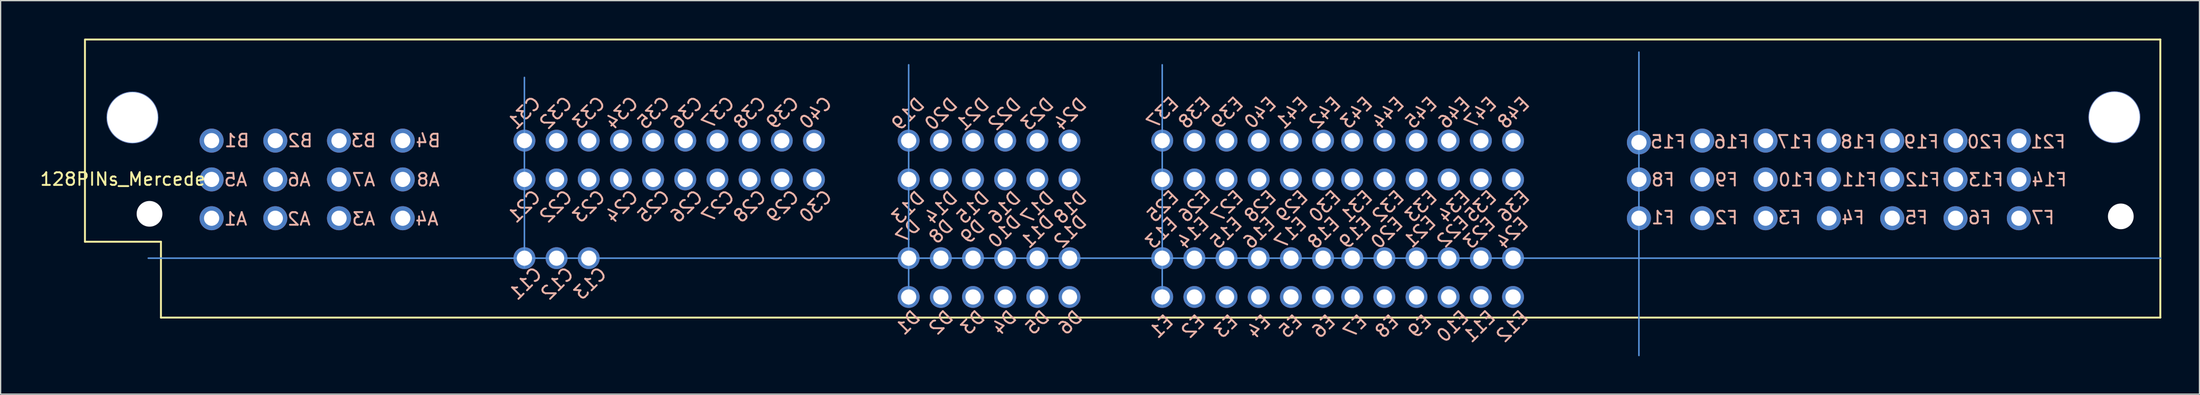
<source format=kicad_pcb>
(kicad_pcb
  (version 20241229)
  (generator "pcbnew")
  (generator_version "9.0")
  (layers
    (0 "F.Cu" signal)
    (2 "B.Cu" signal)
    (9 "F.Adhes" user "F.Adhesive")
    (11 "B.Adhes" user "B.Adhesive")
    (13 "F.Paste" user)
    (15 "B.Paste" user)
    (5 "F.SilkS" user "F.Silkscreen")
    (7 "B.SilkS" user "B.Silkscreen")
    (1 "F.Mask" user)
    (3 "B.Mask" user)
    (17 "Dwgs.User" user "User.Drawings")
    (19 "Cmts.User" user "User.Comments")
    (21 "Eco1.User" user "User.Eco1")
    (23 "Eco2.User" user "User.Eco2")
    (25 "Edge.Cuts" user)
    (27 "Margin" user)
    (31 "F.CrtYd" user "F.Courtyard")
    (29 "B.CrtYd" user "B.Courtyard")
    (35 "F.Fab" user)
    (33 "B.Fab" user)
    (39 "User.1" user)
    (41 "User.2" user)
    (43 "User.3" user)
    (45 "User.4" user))
  (footprint "128PINs_Mercedes"
    (layer "F.Cu")
    (at 13.658 8.075)
    (property "Reference" "128PINs_Mercedes" (at -6.604 3.048 0) (layer "F.SilkS") (effects (font (size 1 1) (thickness 0.15))))
    (attr through_hole)
    (fp_line (start -10 -8) (end -10 8) (stroke (width 0.15) (type solid)) (layer "F.SilkS"))
    (fp_line (start -10 8) (end -4 8) (stroke (width 0.15) (type solid)) (layer "F.SilkS"))
    (fp_line (start -9.93 -8) (end 153.87 -8) (stroke (width 0.15) (type solid)) (layer "F.SilkS"))
    (fp_line (start -4 8) (end -4 14) (stroke (width 0.15) (type solid)) (layer "F.SilkS"))
    (fp_line (start -4 14) (end 153.87 14) (stroke (width 0.15) (type solid)) (layer "F.SilkS"))
    (fp_line (start 153.87 -8) (end 153.87 14) (stroke (width 0.15) (type solid)) (layer "F.SilkS"))
    (fp_line (start -5 9.3) (end 153.9 9.3) (stroke (width 0.12) (type solid)) (layer "Cmts.User"))
    (fp_line (start 24.7 -5) (end 24.7 10) (stroke (width 0.12) (type solid)) (layer "Cmts.User"))
    (fp_line (start 55.04 -6) (end 55.04 13) (stroke (width 0.12) (type solid)) (layer "Cmts.User"))
    (fp_line (start 75.06 -6) (end 75.06 13) (stroke (width 0.12) (type solid)) (layer "Cmts.User"))
    (fp_line (start 112.7 -7) (end 112.7 17) (stroke (width 0.12) (type solid)) (layer "Cmts.User"))
    (fp_text user "E8" (at 92.8 14.7 45) (layer "B.SilkS") (effects (font (size 1 1) (thickness 0.15)) (justify mirror)))
    (fp_text user "E46" (at 98.1 -2.2 45) (layer "B.SilkS") (effects (font (size 1 1) (thickness 0.15)) (justify mirror)))
    (fp_text user "D20" (at 57.6 -2.1 45) (layer "B.SilkS") (effects (font (size 1 1) (thickness 0.15)) (justify mirror)))
    (fp_text user "E4" (at 82.7 14.7 45) (layer "B.SilkS") (effects (font (size 1 1) (thickness 0.15)) (justify mirror)))
    (fp_text user "F12" (at 135.1 3.1 0) (layer "B.SilkS") (effects (font (size 1 1) (thickness 0.15)) (justify mirror)))
    (fp_text user "A6" (at 6.9 3.1 0) (layer "B.SilkS") (effects (font (size 1 1) (thickness 0.15)) (justify mirror)))
    (fp_text user "D22" (at 62.6 -2.1 45) (layer "B.SilkS") (effects (font (size 1 1) (thickness 0.15)) (justify mirror)))
    (fp_text user "E45" (at 95.5 -2.2 45) (layer "B.SilkS") (effects (font (size 1 1) (thickness 0.15)) (justify mirror)))
    (fp_text user "C29" (at 45.1 5.2 45) (layer "B.SilkS") (effects (font (size 1 1) (thickness 0.15)) (justify mirror)))
    (fp_text user "A5" (at 1.9 3.1 0) (layer "B.SilkS") (effects (font (size 1 1) (thickness 0.15)) (justify mirror)))
    (fp_text user "E20" (at 92.8 7.3 45) (layer "B.SilkS") (effects (font (size 1 1) (thickness 0.15)) (justify mirror)))
    (fp_text user "A2" (at 6.9 6.2 0) (layer "B.SilkS") (effects (font (size 1 1) (thickness 0.15)) (justify mirror)))
    (fp_text user "C28" (at 42.5 5.2 45) (layer "B.SilkS") (effects (font (size 1 1) (thickness 0.15)) (justify mirror)))
    (fp_text user "E9" (at 95.4 14.7 45) (layer "B.SilkS") (effects (font (size 1 1) (thickness 0.15)) (justify mirror)))
    (fp_text user "D24" (at 67.8 -2.1 45) (layer "B.SilkS") (effects (font (size 1 1) (thickness 0.15)) (justify mirror)))
    (fp_text user "C26" (at 37.5 5.2 45) (layer "B.SilkS") (effects (font (size 1 1) (thickness 0.15)) (justify mirror)))
    (fp_text user "F7" (at 144.6 6.1 0) (layer "B.SilkS") (effects (font (size 1 1) (thickness 0.15)) (justify mirror)))
    (fp_text user "D13" (at 55 5.3 45) (layer "B.SilkS") (effects (font (size 1 1) (thickness 0.15)) (justify mirror)))
    (fp_text user "D14" (at 57.6 5.3 45) (layer "B.SilkS") (effects (font (size 1 1) (thickness 0.15)) (justify mirror)))
    (fp_text user "C38" (at 42.5 -2.2 45) (layer "B.SilkS") (effects (font (size 1 1) (thickness 0.15)) (justify mirror)))
    (fp_text user "C37" (at 40 -2.2 45) (layer "B.SilkS") (effects (font (size 1 1) (thickness 0.15)) (justify mirror)))
    (fp_text user "F15" (at 115 0.1 0) (layer "B.SilkS") (effects (font (size 1 1) (thickness 0.15)) (justify mirror)))
    (fp_text user "C24" (at 32.4 5.2 45) (layer "B.SilkS") (effects (font (size 1 1) (thickness 0.15)) (justify mirror)))
    (fp_text user "E25" (at 75.1 5.2 45) (layer "B.SilkS") (effects (font (size 1 1) (thickness 0.15)) (justify mirror)))
    (fp_text user "F20" (at 140 0.1 0) (layer "B.SilkS") (effects (font (size 1 1) (thickness 0.15)) (justify mirror)))
    (fp_text user "E24" (at 102.7 7.3 45) (layer "B.SilkS") (effects (font (size 1 1) (thickness 0.15)) (justify mirror)))
    (fp_text user "E33" (at 95.5 5.2 45) (layer "B.SilkS") (effects (font (size 1 1) (thickness 0.15)) (justify mirror)))
    (fp_text user "C34" (at 32.4 -2.2 45) (layer "B.SilkS") (effects (font (size 1 1) (thickness 0.15)) (justify mirror)))
    (fp_text user "F21" (at 145 0.1 0) (layer "B.SilkS") (effects (font (size 1 1) (thickness 0.15)) (justify mirror)))
    (fp_text user "E41" (at 85.3 -2.2 45) (layer "B.SilkS") (effects (font (size 1 1) (thickness 0.15)) (justify mirror)))
    (fp_text user "D9" (at 60.1 7.2 45) (layer "B.SilkS") (effects (font (size 1 1) (thickness 0.15)) (justify mirror)))
    (fp_text user "E27" (at 80.2 5.2 45) (layer "B.SilkS") (effects (font (size 1 1) (thickness 0.15)) (justify mirror)))
    (fp_text user "E18" (at 87.8 7.3 45) (layer "B.SilkS") (effects (font (size 1 1) (thickness 0.15)) (justify mirror)))
    (fp_text user "C35" (at 34.9 -2.2 45) (layer "B.SilkS") (effects (font (size 1 1) (thickness 0.15)) (justify mirror)))
    (fp_text user "C40" (at 47.7 -2.2 45) (layer "B.SilkS") (effects (font (size 1 1) (thickness 0.15)) (justify mirror)))
    (fp_text user "D18" (at 67.8 5.3 45) (layer "B.SilkS") (effects (font (size 1 1) (thickness 0.15)) (justify mirror)))
    (fp_text user "C31" (at 24.7 -2.2 45) (layer "B.SilkS") (effects (font (size 1 1) (thickness 0.15)) (justify mirror)))
    (fp_text user "F17" (at 125 0.1 0) (layer "B.SilkS") (effects (font (size 1 1) (thickness 0.15)) (justify mirror)))
    (fp_text user "F9" (at 119.6 3.1 0) (layer "B.SilkS") (effects (font (size 1 1) (thickness 0.15)) (justify mirror)))
    (fp_text user "E12" (at 102.7 14.7 45) (layer "B.SilkS") (effects (font (size 1 1) (thickness 0.15)) (justify mirror)))
    (fp_text user "E36" (at 102.8 5.2 45) (layer "B.SilkS") (effects (font (size 1 1) (thickness 0.15)) (justify mirror)))
    (fp_text user "D8" (at 57.6 7.2 45) (layer "B.SilkS") (effects (font (size 1 1) (thickness 0.15)) (justify mirror)))
    (fp_text user "E38" (at 77.6 -2.2 45) (layer "B.SilkS") (effects (font (size 1 1) (thickness 0.15)) (justify mirror)))
    (fp_text user "E13" (at 75 7.3 45) (layer "B.SilkS") (effects (font (size 1 1) (thickness 0.15)) (justify mirror)))
    (fp_text user "E34" (at 98.1 5.2 45) (layer "B.SilkS") (effects (font (size 1 1) (thickness 0.15)) (justify mirror)))
    (fp_text user "D3" (at 60.1 14.4 45) (layer "B.SilkS") (effects (font (size 1 1) (thickness 0.15)) (justify mirror)))
    (fp_text user "C33" (at 29.8 -2.2 45) (layer "B.SilkS") (effects (font (size 1 1) (thickness 0.15)) (justify mirror)))
    (fp_text user "E7" (at 90.3 14.7 45) (layer "B.SilkS") (effects (font (size 1 1) (thickness 0.15)) (justify mirror)))
    (fp_text user "D17" (at 65.2 5.3 45) (layer "B.SilkS") (effects (font (size 1 1) (thickness 0.15)) (justify mirror)))
    (fp_text user "E21" (at 95.4 7.2 45) (layer "B.SilkS") (effects (font (size 1 1) (thickness 0.15)) (justify mirror)))
    (fp_text user "D11" (at 65.2 7.2 45) (layer "B.SilkS") (effects (font (size 1 1) (thickness 0.15)) (justify mirror)))
    (fp_text user "E29" (at 85.3 5.2 45) (layer "B.SilkS") (effects (font (size 1 1) (thickness 0.15)) (justify mirror)))
    (fp_text user "F19" (at 135 0.1 0) (layer "B.SilkS") (effects (font (size 1 1) (thickness 0.15)) (justify mirror)))
    (fp_text user "E23" (at 100.1 7.3 45) (layer "B.SilkS") (effects (font (size 1 1) (thickness 0.15)) (justify mirror)))
    (fp_text user "E5" (at 85.2 14.7 45) (layer "B.SilkS") (effects (font (size 1 1) (thickness 0.15)) (justify mirror)))
    (fp_text user "D7" (at 55 7.2 45) (layer "B.SilkS") (effects (font (size 1 1) (thickness 0.15)) (justify mirror)))
    (fp_text user "C36" (at 37.5 -2.2 45) (layer "B.SilkS") (effects (font (size 1 1) (thickness 0.15)) (justify mirror)))
    (fp_text user "A3" (at 12 6.2 0) (layer "B.SilkS") (effects (font (size 1 1) (thickness 0.15)) (justify mirror)))
    (fp_text user "A1" (at 1.9 6.2 0) (layer "B.SilkS") (effects (font (size 1 1) (thickness 0.15)) (justify mirror)))
    (fp_text user "E37" (at 75.1 -2.2 45) (layer "B.SilkS") (effects (font (size 1 1) (thickness 0.15)) (justify mirror)))
    (fp_text user "F5" (at 134.6 6.1 0) (layer "B.SilkS") (effects (font (size 1 1) (thickness 0.15)) (justify mirror)))
    (fp_text user "D4" (at 62.6 14.4 45) (layer "B.SilkS") (effects (font (size 1 1) (thickness 0.15)) (justify mirror)))
    (fp_text user "E48" (at 102.8 -2.2 45) (layer "B.SilkS") (effects (font (size 1 1) (thickness 0.15)) (justify mirror)))
    (fp_text user "E14" (at 77.5 7.3 45) (layer "B.SilkS") (effects (font (size 1 1) (thickness 0.15)) (justify mirror)))
    (fp_text user "E6" (at 87.8 14.7 45) (layer "B.SilkS") (effects (font (size 1 1) (thickness 0.15)) (justify mirror)))
    (fp_text user "C12" (at 27.3 11.3 45) (layer "B.SilkS") (effects (font (size 1 1) (thickness 0.15)) (justify mirror)))
    (fp_text user "E44" (at 92.9 -2.2 45) (layer "B.SilkS") (effects (font (size 1 1) (thickness 0.15)) (justify mirror)))
    (fp_text user "E28" (at 82.8 5.2 45) (layer "B.SilkS") (effects (font (size 1 1) (thickness 0.15)) (justify mirror)))
    (fp_text user "E32" (at 92.9 5.2 45) (layer "B.SilkS") (effects (font (size 1 1) (thickness 0.15)) (justify mirror)))
    (fp_text user "E42" (at 87.9 -2.2 45) (layer "B.SilkS") (effects (font (size 1 1) (thickness 0.15)) (justify mirror)))
    (fp_text user "D23" (at 65.2 -2.1 45) (layer "B.SilkS") (effects (font (size 1 1) (thickness 0.15)) (justify mirror)))
    (fp_text user "D6" (at 67.8 14.4 45) (layer "B.SilkS") (effects (font (size 1 1) (thickness 0.15)) (justify mirror)))
    (fp_text user "D10" (at 62.6 7.2 45) (layer "B.SilkS") (effects (font (size 1 1) (thickness 0.15)) (justify mirror)))
    (fp_text user "D19" (at 55 -2.1 45) (layer "B.SilkS") (effects (font (size 1 1) (thickness 0.15)) (justify mirror)))
    (fp_text user "D21" (at 60.1 -2.1 45) (layer "B.SilkS") (effects (font (size 1 1) (thickness 0.15)) (justify mirror)))
    (fp_text user "F10" (at 125.1 3.1 0) (layer "B.SilkS") (effects (font (size 1 1) (thickness 0.15)) (justify mirror)))
    (fp_text user "D15" (at 60.1 5.3 45) (layer "B.SilkS") (effects (font (size 1 1) (thickness 0.15)) (justify mirror)))
    (fp_text user "C22" (at 27.2 5.2 45) (layer "B.SilkS") (effects (font (size 1 1) (thickness 0.15)) (justify mirror)))
    (fp_text user "F1" (at 114.6 6.1 0) (layer "B.SilkS") (effects (font (size 1 1) (thickness 0.15)) (justify mirror)))
    (fp_text user "C13" (at 29.9 11.3 45) (layer "B.SilkS") (effects (font (size 1 1) (thickness 0.15)) (justify mirror)))
    (fp_text user "C11" (at 24.8 11.3 45) (layer "B.SilkS") (effects (font (size 1 1) (thickness 0.15)) (justify mirror)))
    (fp_text user "E30" (at 87.9 5.2 45) (layer "B.SilkS") (effects (font (size 1 1) (thickness 0.15)) (justify mirror)))
    (fp_text user "D16" (at 62.6 5.3 45) (layer "B.SilkS") (effects (font (size 1 1) (thickness 0.15)) (justify mirror)))
    (fp_text user "A7" (at 12 3.1 0) (layer "B.SilkS") (effects (font (size 1 1) (thickness 0.15)) (justify mirror)))
    (fp_text user "F8" (at 114.6 3.1 0) (layer "B.SilkS") (effects (font (size 1 1) (thickness 0.15)) (justify mirror)))
    (fp_text user "E10" (at 98 14.7 45) (layer "B.SilkS") (effects (font (size 1 1) (thickness 0.15)) (justify mirror)))
    (fp_text user "A8" (at 17.1 3.1 0) (layer "B.SilkS") (effects (font (size 1 1) (thickness 0.15)) (justify mirror)))
    (fp_text user "A4" (at 17 6.2 0) (layer "B.SilkS") (effects (font (size 1 1) (thickness 0.15)) (justify mirror)))
    (fp_text user "C27" (at 40 5.2 45) (layer "B.SilkS") (effects (font (size 1 1) (thickness 0.15)) (justify mirror)))
    (fp_text user "E16" (at 82.7 7.3 45) (layer "B.SilkS") (effects (font (size 1 1) (thickness 0.15)) (justify mirror)))
    (fp_text user "F11" (at 130.1 3.1 0) (layer "B.SilkS") (effects (font (size 1 1) (thickness 0.15)) (justify mirror)))
    (fp_text user "E43" (at 90.4 -2.2 45) (layer "B.SilkS") (effects (font (size 1 1) (thickness 0.15)) (justify mirror)))
    (fp_text user "C21" (at 24.7 5.2 45) (layer "B.SilkS") (effects (font (size 1 1) (thickness 0.15)) (justify mirror)))
    (fp_text user "F16" (at 120 0.1 0) (layer "B.SilkS") (effects (font (size 1 1) (thickness 0.15)) (justify mirror)))
    (fp_text user "C23" (at 29.8 5.2 45) (layer "B.SilkS") (effects (font (size 1 1) (thickness 0.15)) (justify mirror)))
    (fp_text user "F18" (at 130 0.1 0) (layer "B.SilkS") (effects (font (size 1 1) (thickness 0.15)) (justify mirror)))
    (fp_text user "E47" (at 100.2 -2.2 45) (layer "B.SilkS") (effects (font (size 1 1) (thickness 0.15)) (justify mirror)))
    (fp_text user "E26" (at 77.6 5.2 45) (layer "B.SilkS") (effects (font (size 1 1) (thickness 0.15)) (justify mirror)))
    (fp_text user "D1" (at 55 14.4 45) (layer "B.SilkS") (effects (font (size 1 1) (thickness 0.15)) (justify mirror)))
    (fp_text user "D12" (at 67.8 7.2 45) (layer "B.SilkS") (effects (font (size 1 1) (thickness 0.15)) (justify mirror)))
    (fp_text user "F3" (at 124.6 6.1 0) (layer "B.SilkS") (effects (font (size 1 1) (thickness 0.15)) (justify mirror)))
    (fp_text user "C32" (at 27.2 -2.2 45) (layer "B.SilkS") (effects (font (size 1 1) (thickness 0.15)) (justify mirror)))
    (fp_text user "B3" (at 12 0 0) (layer "B.SilkS") (effects (font (size 1 1) (thickness 0.15)) (justify mirror)))
    (fp_text user "E39" (at 80.2 -2.2 45) (layer "B.SilkS") (effects (font (size 1 1) (thickness 0.15)) (justify mirror)))
    (fp_text user "B2" (at 7 0 0) (layer "B.SilkS") (effects (font (size 1 1) (thickness 0.15)) (justify mirror)))
    (fp_text user "E3" (at 80.1 14.7 45) (layer "B.SilkS") (effects (font (size 1 1) (thickness 0.15)) (justify mirror)))
    (fp_text user "E15" (at 80.1 7.3 45) (layer "B.SilkS") (effects (font (size 1 1) (thickness 0.15)) (justify mirror)))
    (fp_text user "C25" (at 34.9 5.2 45) (layer "B.SilkS") (effects (font (size 1 1) (thickness 0.15)) (justify mirror)))
    (fp_text user "D2" (at 57.6 14.4 45) (layer "B.SilkS") (effects (font (size 1 1) (thickness 0.15)) (justify mirror)))
    (fp_text user "B1" (at 2 0 0) (layer "B.SilkS") (effects (font (size 1 1) (thickness 0.15)) (justify mirror)))
    (fp_text user "E2" (at 77.5 14.7 45) (layer "B.SilkS") (effects (font (size 1 1) (thickness 0.15)) (justify mirror)))
    (fp_text user "E40" (at 82.8 -2.2 45) (layer "B.SilkS") (effects (font (size 1 1) (thickness 0.15)) (justify mirror)))
    (fp_text user "E19" (at 90.3 7.3 45) (layer "B.SilkS") (effects (font (size 1 1) (thickness 0.15)) (justify mirror)))
    (fp_text user "F4" (at 129.6 6.1 0) (layer "B.SilkS") (effects (font (size 1 1) (thickness 0.15)) (justify mirror)))
    (fp_text user "D5" (at 65.2 14.4 45) (layer "B.SilkS") (effects (font (size 1 1) (thickness 0.15)) (justify mirror)))
    (fp_text user "E31" (at 90.4 5.2 45) (layer "B.SilkS") (effects (font (size 1 1) (thickness 0.15)) (justify mirror)))
    (fp_text user "F6" (at 139.6 6.1 0) (layer "B.SilkS") (effects (font (size 1 1) (thickness 0.15)) (justify mirror)))
    (fp_text user "E11" (at 100.1 14.7 45) (layer "B.SilkS") (effects (font (size 1 1) (thickness 0.15)) (justify mirror)))
    (fp_text user "E17" (at 85.2 7.3 45) (layer "B.SilkS") (effects (font (size 1 1) (thickness 0.15)) (justify mirror)))
    (fp_text user "F13" (at 140.1 3.1 0) (layer "B.SilkS") (effects (font (size 1 1) (thickness 0.15)) (justify mirror)))
    (fp_text user "F14" (at 145.1 3.1 0) (layer "B.SilkS") (effects (font (size 1 1) (thickness 0.15)) (justify mirror)))
    (fp_text user "E1" (at 75 14.7 45) (layer "B.SilkS") (effects (font (size 1 1) (thickness 0.15)) (justify mirror)))
    (fp_text user "F2" (at 119.6 6.1 0) (layer "B.SilkS") (effects (font (size 1 1) (thickness 0.15)) (justify mirror)))
    (fp_text user "B4" (at 17.1 0 0) (layer "B.SilkS") (effects (font (size 1 1) (thickness 0.15)) (justify mirror)))
    (fp_text user "E35" (at 100.2 5.2 45) (layer "B.SilkS") (effects (font (size 1 1) (thickness 0.15)) (justify mirror)))
    (fp_text user "E22" (at 98 7.2 45) (layer "B.SilkS") (effects (font (size 1 1) (thickness 0.15)) (justify mirror)))
    (fp_text user "C30" (at 47.7 5.2 45) (layer "B.SilkS") (effects (font (size 1 1) (thickness 0.15)) (justify mirror)))
    (fp_text user "C39" (at 45.1 -2.2 45) (layer "B.SilkS") (effects (font (size 1 1) (thickness 0.15)) (justify mirror)))
    (pad "" np_thru_hole circle (at -6.25 -1.829) (size 4.1 4.1) (drill 4) (layers "*.Cu" "*.Mask"))
    (pad "" np_thru_hole circle (at -4.902 5.791) (size 2.032 2.032) (drill 2.032) (layers "*.Cu" "*.Mask"))
    (pad "" np_thru_hole circle (at 150.241 -1.854) (size 4.1 4.1) (drill 4) (layers "*.Cu" "*.Mask"))
    (pad "" np_thru_hole circle (at 150.749 5.994) (size 2.032 2.032) (drill 2.032) (layers "*.Cu" "*.Mask"))
    (pad "A1" thru_hole circle (at 0 6.14) (size 1.9 1.9) (drill 1.2) (layers "*.Cu" "*.Mask"))
    (pad "A2" thru_hole circle (at 5.03 6.14) (size 1.9 1.9) (drill 1.2) (layers "*.Cu" "*.Mask"))
    (pad "A3" thru_hole circle (at 10.06 6.14) (size 1.9 1.9) (drill 1.2) (layers "*.Cu" "*.Mask"))
    (pad "A4" thru_hole circle (at 15.09 6.14) (size 1.9 1.9) (drill 1.2) (layers "*.Cu" "*.Mask"))
    (pad "A5" thru_hole circle (at 0 3.07) (size 1.9 1.9) (drill 1.2) (layers "*.Cu" "*.Mask"))
    (pad "A6" thru_hole circle (at 5.03 3.07) (size 1.9 1.9) (drill 1.2) (layers "*.Cu" "*.Mask"))
    (pad "A7" thru_hole circle (at 10.06 3.07) (size 1.9 1.9) (drill 1.2) (layers "*.Cu" "*.Mask"))
    (pad "A8" thru_hole circle (at 15.09 3.07) (size 1.9 1.9) (drill 1.2) (layers "*.Cu" "*.Mask"))
    (pad "B1" thru_hole circle (at 0 0) (size 1.9 1.9) (drill 1.2) (layers "*.Cu" "*.Mask"))
    (pad "B2" thru_hole circle (at 5.03 0) (size 1.9 1.9) (drill 1.2) (layers "*.Cu" "*.Mask"))
    (pad "B3" thru_hole circle (at 10.06 0) (size 1.9 1.9) (drill 1.2) (layers "*.Cu" "*.Mask"))
    (pad "B4" thru_hole circle (at 15.09 0) (size 1.9 1.9) (drill 1.2) (layers "*.Cu" "*.Mask"))
    (pad "C11" thru_hole circle (at 24.7 9.3) (size 1.73 1.73) (drill 1.2) (layers "*.Cu" "*.Mask"))
    (pad "C12" thru_hole circle (at 27.24 9.3) (size 1.73 1.73) (drill 1.2) (layers "*.Cu" "*.Mask"))
    (pad "C13" thru_hole circle (at 29.78 9.3) (size 1.73 1.73) (drill 1.2) (layers "*.Cu" "*.Mask"))
    (pad "C21" thru_hole circle (at 24.7 3.07) (size 1.73 1.73) (drill 1.2) (layers "*.Cu" "*.Mask"))
    (pad "C22" thru_hole circle (at 27.24 3.07) (size 1.73 1.73) (drill 1.2) (layers "*.Cu" "*.Mask"))
    (pad "C23" thru_hole circle (at 29.78 3.07) (size 1.73 1.73) (drill 1.2) (layers "*.Cu" "*.Mask"))
    (pad "C24" thru_hole circle (at 32.32 3.07) (size 1.73 1.73) (drill 1.2) (layers "*.Cu" "*.Mask"))
    (pad "C25" thru_hole circle (at 34.86 3.07) (size 1.73 1.73) (drill 1.2) (layers "*.Cu" "*.Mask"))
    (pad "C26" thru_hole circle (at 37.4 3.07) (size 1.73 1.73) (drill 1.2) (layers "*.Cu" "*.Mask"))
    (pad "C27" thru_hole circle (at 39.94 3.07) (size 1.73 1.73) (drill 1.2) (layers "*.Cu" "*.Mask"))
    (pad "C28" thru_hole circle (at 42.48 3.07) (size 1.73 1.73) (drill 1.2) (layers "*.Cu" "*.Mask"))
    (pad "C29" thru_hole circle (at 45.02 3.07) (size 1.73 1.73) (drill 1.2) (layers "*.Cu" "*.Mask"))
    (pad "C30" thru_hole circle (at 47.56 3.07) (size 1.73 1.73) (drill 1.2) (layers "*.Cu" "*.Mask"))
    (pad "C31" thru_hole circle (at 24.7 0) (size 1.73 1.73) (drill 1.2) (layers "*.Cu" "*.Mask"))
    (pad "C32" thru_hole circle (at 27.24 0) (size 1.73 1.73) (drill 1.2) (layers "*.Cu" "*.Mask"))
    (pad "C33" thru_hole circle (at 29.78 0) (size 1.73 1.73) (drill 1.2) (layers "*.Cu" "*.Mask"))
    (pad "C34" thru_hole circle (at 32.32 0) (size 1.73 1.73) (drill 1.2) (layers "*.Cu" "*.Mask"))
    (pad "C35" thru_hole circle (at 34.86 0) (size 1.73 1.73) (drill 1.2) (layers "*.Cu" "*.Mask"))
    (pad "C36" thru_hole circle (at 37.4 0) (size 1.73 1.73) (drill 1.2) (layers "*.Cu" "*.Mask"))
    (pad "C37" thru_hole circle (at 39.94 0) (size 1.73 1.73) (drill 1.2) (layers "*.Cu" "*.Mask"))
    (pad "C38" thru_hole circle (at 42.48 0) (size 1.73 1.73) (drill 1.2) (layers "*.Cu" "*.Mask"))
    (pad "C39" thru_hole circle (at 45.02 0) (size 1.73 1.73) (drill 1.2) (layers "*.Cu" "*.Mask"))
    (pad "C40" thru_hole circle (at 47.56 0) (size 1.73 1.73) (drill 1.2) (layers "*.Cu" "*.Mask"))
    (pad "D1" thru_hole circle (at 55.04 12.37) (size 1.73 1.73) (drill 1.2) (layers "*.Cu" "*.Mask"))
    (pad "D2" thru_hole circle (at 57.58 12.37) (size 1.73 1.73) (drill 1.2) (layers "*.Cu" "*.Mask"))
    (pad "D3" thru_hole circle (at 60.12 12.37) (size 1.73 1.73) (drill 1.2) (layers "*.Cu" "*.Mask"))
    (pad "D4" thru_hole circle (at 62.66 12.37) (size 1.73 1.73) (drill 1.2) (layers "*.Cu" "*.Mask"))
    (pad "D5" thru_hole circle (at 65.2 12.37) (size 1.73 1.73) (drill 1.2) (layers "*.Cu" "*.Mask"))
    (pad "D6" thru_hole circle (at 67.74 12.37) (size 1.73 1.73) (drill 1.2) (layers "*.Cu" "*.Mask"))
    (pad "D7" thru_hole circle (at 55.04 9.3) (size 1.73 1.73) (drill 1.2) (layers "*.Cu" "*.Mask"))
    (pad "D8" thru_hole circle (at 57.58 9.3) (size 1.73 1.73) (drill 1.2) (layers "*.Cu" "*.Mask"))
    (pad "D9" thru_hole circle (at 60.12 9.3) (size 1.73 1.73) (drill 1.2) (layers "*.Cu" "*.Mask"))
    (pad "D10" thru_hole circle (at 62.66 9.3) (size 1.73 1.73) (drill 1.2) (layers "*.Cu" "*.Mask"))
    (pad "D11" thru_hole circle (at 65.2 9.3) (size 1.73 1.73) (drill 1.2) (layers "*.Cu" "*.Mask"))
    (pad "D12" thru_hole circle (at 67.74 9.3) (size 1.73 1.73) (drill 1.2) (layers "*.Cu" "*.Mask"))
    (pad "D13" thru_hole circle (at 55.04 3.07) (size 1.73 1.73) (drill 1.2) (layers "*.Cu" "*.Mask"))
    (pad "D14" thru_hole circle (at 57.58 3.07) (size 1.73 1.73) (drill 1.2) (layers "*.Cu" "*.Mask"))
    (pad "D15" thru_hole circle (at 60.12 3.07) (size 1.73 1.73) (drill 1.2) (layers "*.Cu" "*.Mask"))
    (pad "D16" thru_hole circle (at 62.66 3.07) (size 1.73 1.73) (drill 1.2) (layers "*.Cu" "*.Mask"))
    (pad "D17" thru_hole circle (at 65.2 3.07) (size 1.73 1.73) (drill 1.2) (layers "*.Cu" "*.Mask"))
    (pad "D18" thru_hole circle (at 67.74 3.07) (size 1.73 1.73) (drill 1.2) (layers "*.Cu" "*.Mask"))
    (pad "D19" thru_hole circle (at 55.04 0) (size 1.73 1.73) (drill 1.2) (layers "*.Cu" "*.Mask"))
    (pad "D20" thru_hole circle (at 57.58 0) (size 1.73 1.73) (drill 1.2) (layers "*.Cu" "*.Mask"))
    (pad "D21" thru_hole circle (at 60.12 0) (size 1.73 1.73) (drill 1.2) (layers "*.Cu" "*.Mask"))
    (pad "D22" thru_hole circle (at 62.66 0) (size 1.73 1.73) (drill 1.2) (layers "*.Cu" "*.Mask"))
    (pad "D23" thru_hole circle (at 65.2 0) (size 1.73 1.73) (drill 1.2) (layers "*.Cu" "*.Mask"))
    (pad "D24" thru_hole circle (at 67.74 0) (size 1.73 1.73) (drill 1.2) (layers "*.Cu" "*.Mask"))
    (pad "E1" thru_hole circle (at 75.06 12.37) (size 1.73 1.73) (drill 1.2) (layers "*.Cu" "*.Mask"))
    (pad "E2" thru_hole circle (at 77.6 12.37) (size 1.73 1.73) (drill 1.2) (layers "*.Cu" "*.Mask"))
    (pad "E3" thru_hole circle (at 80.14 12.37) (size 1.73 1.73) (drill 1.2) (layers "*.Cu" "*.Mask"))
    (pad "E4" thru_hole circle (at 82.68 12.37) (size 1.73 1.73) (drill 1.2) (layers "*.Cu" "*.Mask"))
    (pad "E5" thru_hole circle (at 85.22 12.37) (size 1.73 1.73) (drill 1.2) (layers "*.Cu" "*.Mask"))
    (pad "E6" thru_hole circle (at 87.76 12.37) (size 1.73 1.73) (drill 1.2) (layers "*.Cu" "*.Mask"))
    (pad "E7" thru_hole circle (at 90.06 12.37) (size 1.73 1.73) (drill 1.2) (layers "*.Cu" "*.Mask"))
    (pad "E8" thru_hole circle (at 92.6 12.37) (size 1.73 1.73) (drill 1.2) (layers "*.Cu" "*.Mask"))
    (pad "E9" thru_hole circle (at 95.14 12.37) (size 1.73 1.73) (drill 1.2) (layers "*.Cu" "*.Mask"))
    (pad "E10" thru_hole circle (at 97.68 12.37) (size 1.73 1.73) (drill 1.2) (layers "*.Cu" "*.Mask"))
    (pad "E11" thru_hole circle (at 100.22 12.37) (size 1.73 1.73) (drill 1.2) (layers "*.Cu" "*.Mask"))
    (pad "E12" thru_hole circle (at 102.76 12.37) (size 1.73 1.73) (drill 1.2) (layers "*.Cu" "*.Mask"))
    (pad "E13" thru_hole circle (at 75.06 9.3) (size 1.73 1.73) (drill 1.2) (layers "*.Cu" "*.Mask"))
    (pad "E14" thru_hole circle (at 77.6 9.3) (size 1.73 1.73) (drill 1.2) (layers "*.Cu" "*.Mask"))
    (pad "E15" thru_hole circle (at 80.14 9.3) (size 1.73 1.73) (drill 1.2) (layers "*.Cu" "*.Mask"))
    (pad "E16" thru_hole circle (at 82.68 9.3) (size 1.73 1.73) (drill 1.2) (layers "*.Cu" "*.Mask"))
    (pad "E17" thru_hole circle (at 85.22 9.3) (size 1.73 1.73) (drill 1.2) (layers "*.Cu" "*.Mask"))
    (pad "E18" thru_hole circle (at 87.76 9.3) (size 1.73 1.73) (drill 1.2) (layers "*.Cu" "*.Mask"))
    (pad "E19" thru_hole circle (at 90.06 9.3) (size 1.73 1.73) (drill 1.2) (layers "*.Cu" "*.Mask"))
    (pad "E20" thru_hole circle (at 92.6 9.3) (size 1.73 1.73) (drill 1.2) (layers "*.Cu" "*.Mask"))
    (pad "E21" thru_hole circle (at 95.14 9.3) (size 1.73 1.73) (drill 1.2) (layers "*.Cu" "*.Mask"))
    (pad "E22" thru_hole circle (at 97.68 9.3) (size 1.73 1.73) (drill 1.2) (layers "*.Cu" "*.Mask"))
    (pad "E23" thru_hole circle (at 100.22 9.3) (size 1.73 1.73) (drill 1.2) (layers "*.Cu" "*.Mask"))
    (pad "E24" thru_hole circle (at 102.76 9.3) (size 1.73 1.73) (drill 1.2) (layers "*.Cu" "*.Mask"))
    (pad "E25" thru_hole circle (at 75.06 3.07) (size 1.73 1.73) (drill 1.2) (layers "*.Cu" "*.Mask"))
    (pad "E26" thru_hole circle (at 77.6 3.07) (size 1.73 1.73) (drill 1.2) (layers "*.Cu" "*.Mask"))
    (pad "E27" thru_hole circle (at 80.14 3.07) (size 1.73 1.73) (drill 1.2) (layers "*.Cu" "*.Mask"))
    (pad "E28" thru_hole circle (at 82.68 3.07) (size 1.73 1.73) (drill 1.2) (layers "*.Cu" "*.Mask"))
    (pad "E29" thru_hole circle (at 85.22 3.07) (size 1.73 1.73) (drill 1.2) (layers "*.Cu" "*.Mask"))
    (pad "E30" thru_hole circle (at 87.76 3.07) (size 1.73 1.73) (drill 1.2) (layers "*.Cu" "*.Mask"))
    (pad "E31" thru_hole circle (at 90.06 3.07) (size 1.73 1.73) (drill 1.2) (layers "*.Cu" "*.Mask"))
    (pad "E32" thru_hole circle (at 92.6 3.07) (size 1.73 1.73) (drill 1.2) (layers "*.Cu" "*.Mask"))
    (pad "E33" thru_hole circle (at 95.14 3.07) (size 1.73 1.73) (drill 1.2) (layers "*.Cu" "*.Mask"))
    (pad "E34" thru_hole circle (at 97.68 3.07) (size 1.73 1.73) (drill 1.2) (layers "*.Cu" "*.Mask"))
    (pad "E35" thru_hole circle (at 100.22 3.07) (size 1.73 1.73) (drill 1.2) (layers "*.Cu" "*.Mask"))
    (pad "E36" thru_hole circle (at 102.76 3.07) (size 1.73 1.73) (drill 1.2) (layers "*.Cu" "*.Mask"))
    (pad "E37" thru_hole circle (at 75.06 0) (size 1.73 1.73) (drill 1.2) (layers "*.Cu" "*.Mask"))
    (pad "E38" thru_hole circle (at 77.6 0) (size 1.73 1.73) (drill 1.2) (layers "*.Cu" "*.Mask"))
    (pad "E39" thru_hole circle (at 80.14 0) (size 1.73 1.73) (drill 1.2) (layers "*.Cu" "*.Mask"))
    (pad "E40" thru_hole circle (at 82.68 0) (size 1.73 1.73) (drill 1.2) (layers "*.Cu" "*.Mask"))
    (pad "E41" thru_hole circle (at 85.22 0) (size 1.73 1.73) (drill 1.2) (layers "*.Cu" "*.Mask"))
    (pad "E42" thru_hole circle (at 87.76 0) (size 1.73 1.73) (drill 1.2) (layers "*.Cu" "*.Mask"))
    (pad "E43" thru_hole circle (at 90.06 0) (size 1.73 1.73) (drill 1.2) (layers "*.Cu" "*.Mask"))
    (pad "E44" thru_hole circle (at 92.6 0) (size 1.73 1.73) (drill 1.2) (layers "*.Cu" "*.Mask"))
    (pad "E45" thru_hole circle (at 95.14 0) (size 1.73 1.73) (drill 1.2) (layers "*.Cu" "*.Mask"))
    (pad "E46" thru_hole circle (at 97.68 0) (size 1.73 1.73) (drill 1.2) (layers "*.Cu" "*.Mask"))
    (pad "E47" thru_hole circle (at 100.22 0) (size 1.73 1.73) (drill 1.2) (layers "*.Cu" "*.Mask"))
    (pad "E48" thru_hole circle (at 102.76 0) (size 1.73 1.73) (drill 1.2) (layers "*.Cu" "*.Mask"))
    (pad "F1" thru_hole circle (at 112.7 6.14) (size 1.9 1.9) (drill 1.2) (layers "*.Cu" "*.Mask"))
    (pad "F2" thru_hole circle (at 117.7 6.14) (size 1.9 1.9) (drill 1.2) (layers "*.Cu" "*.Mask"))
    (pad "F3" thru_hole circle (at 122.7 6.14) (size 1.9 1.9) (drill 1.2) (layers "*.Cu" "*.Mask"))
    (pad "F4" thru_hole circle (at 127.7 6.14) (size 1.9 1.9) (drill 1.2) (layers "*.Cu" "*.Mask"))
    (pad "F5" thru_hole circle (at 132.7 6.14) (size 1.9 1.9) (drill 1.2) (layers "*.Cu" "*.Mask"))
    (pad "F6" thru_hole circle (at 137.7 6.14) (size 1.9 1.9) (drill 1.2) (layers "*.Cu" "*.Mask"))
    (pad "F7" thru_hole circle (at 142.7 6.14) (size 1.9 1.9) (drill 1.2) (layers "*.Cu" "*.Mask"))
    (pad "F8" thru_hole circle (at 112.7 3.07) (size 1.9 1.9) (drill 1.2) (layers "*.Cu" "*.Mask"))
    (pad "F9" thru_hole circle (at 117.7 3.07) (size 1.9 1.9) (drill 1.2) (layers "*.Cu" "*.Mask"))
    (pad "F10" thru_hole circle (at 122.7 3.07) (size 1.9 1.9) (drill 1.2) (layers "*.Cu" "*.Mask"))
    (pad "F11" thru_hole circle (at 127.7 3.07) (size 1.9 1.9) (drill 1.2) (layers "*.Cu" "*.Mask"))
    (pad "F12" thru_hole circle (at 132.7 3.07) (size 1.9 1.9) (drill 1.2) (layers "*.Cu" "*.Mask"))
    (pad "F13" thru_hole circle (at 137.7 3.07) (size 1.9 1.9) (drill 1.2) (layers "*.Cu" "*.Mask"))
    (pad "F14" thru_hole circle (at 142.7 3.07) (size 1.9 1.9) (drill 1.2) (layers "*.Cu" "*.Mask"))
    (pad "F15" thru_hole circle (at 112.7 0.14) (size 1.9 1.9) (drill 1.2) (layers "*.Cu" "*.Mask"))
    (pad "F16" thru_hole circle (at 117.7 0) (size 1.9 1.9) (drill 1.2) (layers "*.Cu" "*.Mask"))
    (pad "F17" thru_hole circle (at 122.7 0) (size 1.9 1.9) (drill 1.2) (layers "*.Cu" "*.Mask"))
    (pad "F18" thru_hole circle (at 127.7 0) (size 1.9 1.9) (drill 1.2) (layers "*.Cu" "*.Mask"))
    (pad "F19" thru_hole circle (at 132.7 0) (size 1.9 1.9) (drill 1.2) (layers "*.Cu" "*.Mask"))
    (pad "F20" thru_hole circle (at 137.7 0) (size 1.9 1.9) (drill 1.2) (layers "*.Cu" "*.Mask"))
    (pad "F21" thru_hole circle (at 142.7 0) (size 1.9 1.9) (drill 1.2) (layers "*.Cu" "*.Mask")))
  (gr_rect
    (start -3 -3)
    (end 170.618 28.135)
    (stroke (width 0.1) (type default))
    (fill no)
    (layer "Edge.Cuts")))
</source>
